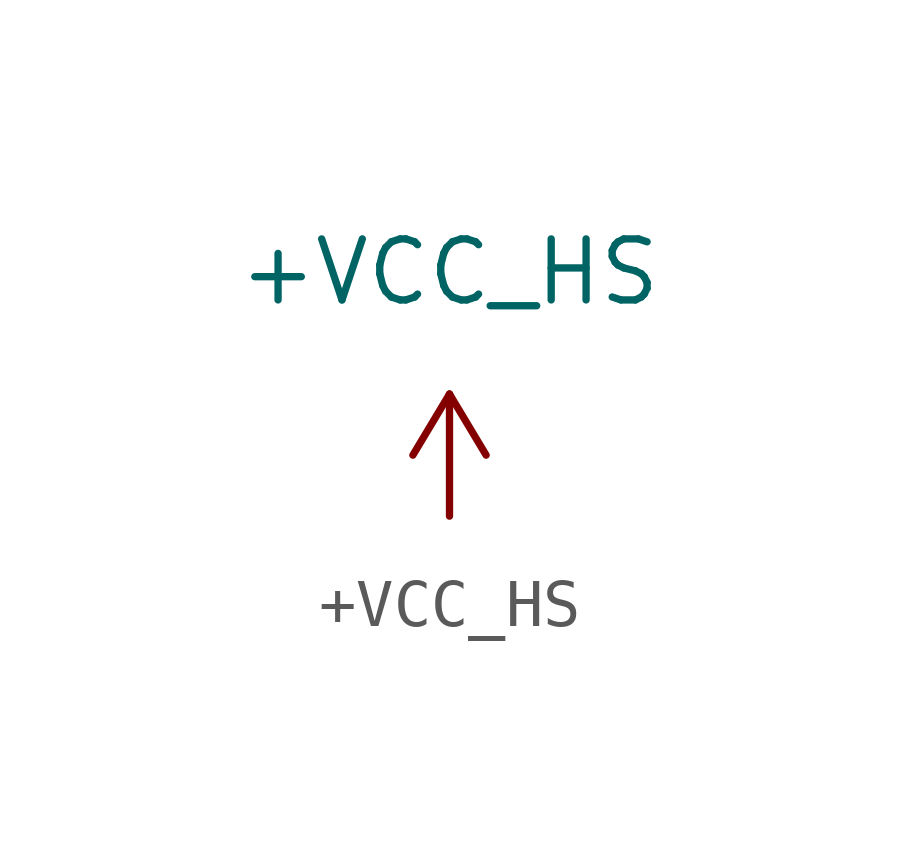
<source format=kicad_sym>
(kicad_symbol_lib
  (version 20211014)
  (generator kicad_symbol_editor)
  (symbol "+VCC_HS"
    (power)
    (pin_numbers hide)
    (pin_names
      (offset 0))
    (property "Reference" "#PWR"
      (at 1.27 0 90)
      (effects (font (size 1.27 1.27)) hide))
    (property "Value" "+VCC_HS"
      (at 0 5.08 0)
      (effects (font (size 1.27 1.27))))
    (symbol "+VCC_HS_1_1"
      (polyline (pts (xy -0.762 1.27) (xy 0 2.54)) (stroke (width 0) (type default) (color 0 0 0 0)) (fill (type none)))
      (polyline (pts (xy 0 0) (xy 0 2.54)) (stroke (width 0) (type default) (color 0 0 0 0)) (fill (type none)))
      (polyline (pts (xy 0 2.54) (xy 0.762 1.27)) (stroke (width 0) (type default) (color 0 0 0 0)) (fill (type none)))
      (pin power_in line (at 0 0 90) (length 0) hide (name "+VCC_HS" (effects (font (size 1.27 1.27)))) (number "1" (effects (font (size 1.27 1.27))))))))
</source>
